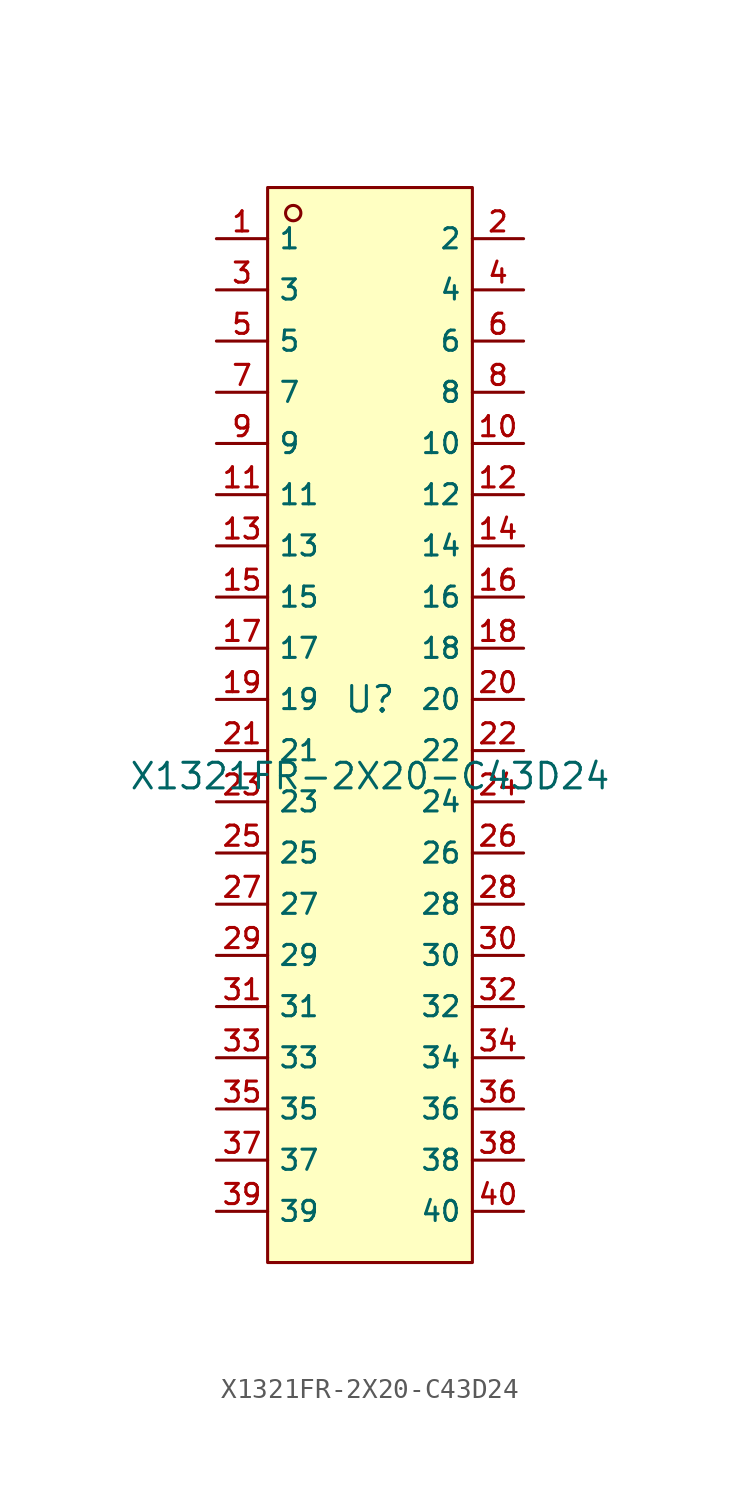
<source format=kicad_sym>
(kicad_symbol_lib
  (version 20220914)
  (generator kicad_symbol_editor)
  (symbol "X1321FR-2X20-C43D24"
    (property "Reference" "U"
      (at 0 1.27 0)
      (effects (font (size 1.27 1.27))))
    (property "Value" "X1321FR-2X20-C43D24"
      (at 0 -2.54 0)
      (effects (font (size 1.27 1.27))))
    (symbol "X1321FR-2X20-C43D24_0_1"
      (rectangle (start -5.08 26.67) (end 5.08 -26.67) (stroke (width 0) (type default)) (fill (type background)))
      (circle (center -3.81 25.4) (radius 0.381) (stroke (width 0) (type default)) (fill (type background))))
    (symbol "X1321FR-2X20-C43D24_1_1"
      (pin passive line (at -7.62 24.13 0) (length 2.54) (name "1" (effects (font (size 1 1)))) (number "1" (effects (font (size 1 1)))))
      (pin passive line (at 7.62 13.97 180) (length 2.54) (name "10" (effects (font (size 1 1)))) (number "10" (effects (font (size 1 1)))))
      (pin passive line (at -7.62 11.43 0) (length 2.54) (name "11" (effects (font (size 1 1)))) (number "11" (effects (font (size 1 1)))))
      (pin passive line (at 7.62 11.43 180) (length 2.54) (name "12" (effects (font (size 1 1)))) (number "12" (effects (font (size 1 1)))))
      (pin passive line (at -7.62 8.89 0) (length 2.54) (name "13" (effects (font (size 1 1)))) (number "13" (effects (font (size 1 1)))))
      (pin passive line (at 7.62 8.89 180) (length 2.54) (name "14" (effects (font (size 1 1)))) (number "14" (effects (font (size 1 1)))))
      (pin passive line (at -7.62 6.35 0) (length 2.54) (name "15" (effects (font (size 1 1)))) (number "15" (effects (font (size 1 1)))))
      (pin passive line (at 7.62 6.35 180) (length 2.54) (name "16" (effects (font (size 1 1)))) (number "16" (effects (font (size 1 1)))))
      (pin passive line (at -7.62 3.81 0) (length 2.54) (name "17" (effects (font (size 1 1)))) (number "17" (effects (font (size 1 1)))))
      (pin passive line (at 7.62 3.81 180) (length 2.54) (name "18" (effects (font (size 1 1)))) (number "18" (effects (font (size 1 1)))))
      (pin passive line (at -7.62 1.27 0) (length 2.54) (name "19" (effects (font (size 1 1)))) (number "19" (effects (font (size 1 1)))))
      (pin passive line (at 7.62 24.13 180) (length 2.54) (name "2" (effects (font (size 1 1)))) (number "2" (effects (font (size 1 1)))))
      (pin passive line (at 7.62 1.27 180) (length 2.54) (name "20" (effects (font (size 1 1)))) (number "20" (effects (font (size 1 1)))))
      (pin passive line (at -7.62 -1.27 0) (length 2.54) (name "21" (effects (font (size 1 1)))) (number "21" (effects (font (size 1 1)))))
      (pin passive line (at 7.62 -1.27 180) (length 2.54) (name "22" (effects (font (size 1 1)))) (number "22" (effects (font (size 1 1)))))
      (pin passive line (at -7.62 -3.81 0) (length 2.54) (name "23" (effects (font (size 1 1)))) (number "23" (effects (font (size 1 1)))))
      (pin passive line (at 7.62 -3.81 180) (length 2.54) (name "24" (effects (font (size 1 1)))) (number "24" (effects (font (size 1 1)))))
      (pin passive line (at -7.62 -6.35 0) (length 2.54) (name "25" (effects (font (size 1 1)))) (number "25" (effects (font (size 1 1)))))
      (pin passive line (at 7.62 -6.35 180) (length 2.54) (name "26" (effects (font (size 1 1)))) (number "26" (effects (font (size 1 1)))))
      (pin passive line (at -7.62 -8.89 0) (length 2.54) (name "27" (effects (font (size 1 1)))) (number "27" (effects (font (size 1 1)))))
      (pin passive line (at 7.62 -8.89 180) (length 2.54) (name "28" (effects (font (size 1 1)))) (number "28" (effects (font (size 1 1)))))
      (pin passive line (at -7.62 -11.43 0) (length 2.54) (name "29" (effects (font (size 1 1)))) (number "29" (effects (font (size 1 1)))))
      (pin passive line (at -7.62 21.59 0) (length 2.54) (name "3" (effects (font (size 1 1)))) (number "3" (effects (font (size 1 1)))))
      (pin passive line (at 7.62 -11.43 180) (length 2.54) (name "30" (effects (font (size 1 1)))) (number "30" (effects (font (size 1 1)))))
      (pin passive line (at -7.62 -13.97 0) (length 2.54) (name "31" (effects (font (size 1 1)))) (number "31" (effects (font (size 1 1)))))
      (pin passive line (at 7.62 -13.97 180) (length 2.54) (name "32" (effects (font (size 1 1)))) (number "32" (effects (font (size 1 1)))))
      (pin passive line (at -7.62 -16.51 0) (length 2.54) (name "33" (effects (font (size 1 1)))) (number "33" (effects (font (size 1 1)))))
      (pin passive line (at 7.62 -16.51 180) (length 2.54) (name "34" (effects (font (size 1 1)))) (number "34" (effects (font (size 1 1)))))
      (pin passive line (at -7.62 -19.05 0) (length 2.54) (name "35" (effects (font (size 1 1)))) (number "35" (effects (font (size 1 1)))))
      (pin passive line (at 7.62 -19.05 180) (length 2.54) (name "36" (effects (font (size 1 1)))) (number "36" (effects (font (size 1 1)))))
      (pin passive line (at -7.62 -21.59 0) (length 2.54) (name "37" (effects (font (size 1 1)))) (number "37" (effects (font (size 1 1)))))
      (pin passive line (at 7.62 -21.59 180) (length 2.54) (name "38" (effects (font (size 1 1)))) (number "38" (effects (font (size 1 1)))))
      (pin passive line (at -7.62 -24.13 0) (length 2.54) (name "39" (effects (font (size 1 1)))) (number "39" (effects (font (size 1 1)))))
      (pin passive line (at 7.62 21.59 180) (length 2.54) (name "4" (effects (font (size 1 1)))) (number "4" (effects (font (size 1 1)))))
      (pin passive line (at 7.62 -24.13 180) (length 2.54) (name "40" (effects (font (size 1 1)))) (number "40" (effects (font (size 1 1)))))
      (pin passive line (at -7.62 19.05 0) (length 2.54) (name "5" (effects (font (size 1 1)))) (number "5" (effects (font (size 1 1)))))
      (pin passive line (at 7.62 19.05 180) (length 2.54) (name "6" (effects (font (size 1 1)))) (number "6" (effects (font (size 1 1)))))
      (pin passive line (at -7.62 16.51 0) (length 2.54) (name "7" (effects (font (size 1 1)))) (number "7" (effects (font (size 1 1)))))
      (pin passive line (at 7.62 16.51 180) (length 2.54) (name "8" (effects (font (size 1 1)))) (number "8" (effects (font (size 1 1)))))
      (pin passive line (at -7.62 13.97 0) (length 2.54) (name "9" (effects (font (size 1 1)))) (number "9" (effects (font (size 1 1))))))))
</source>
